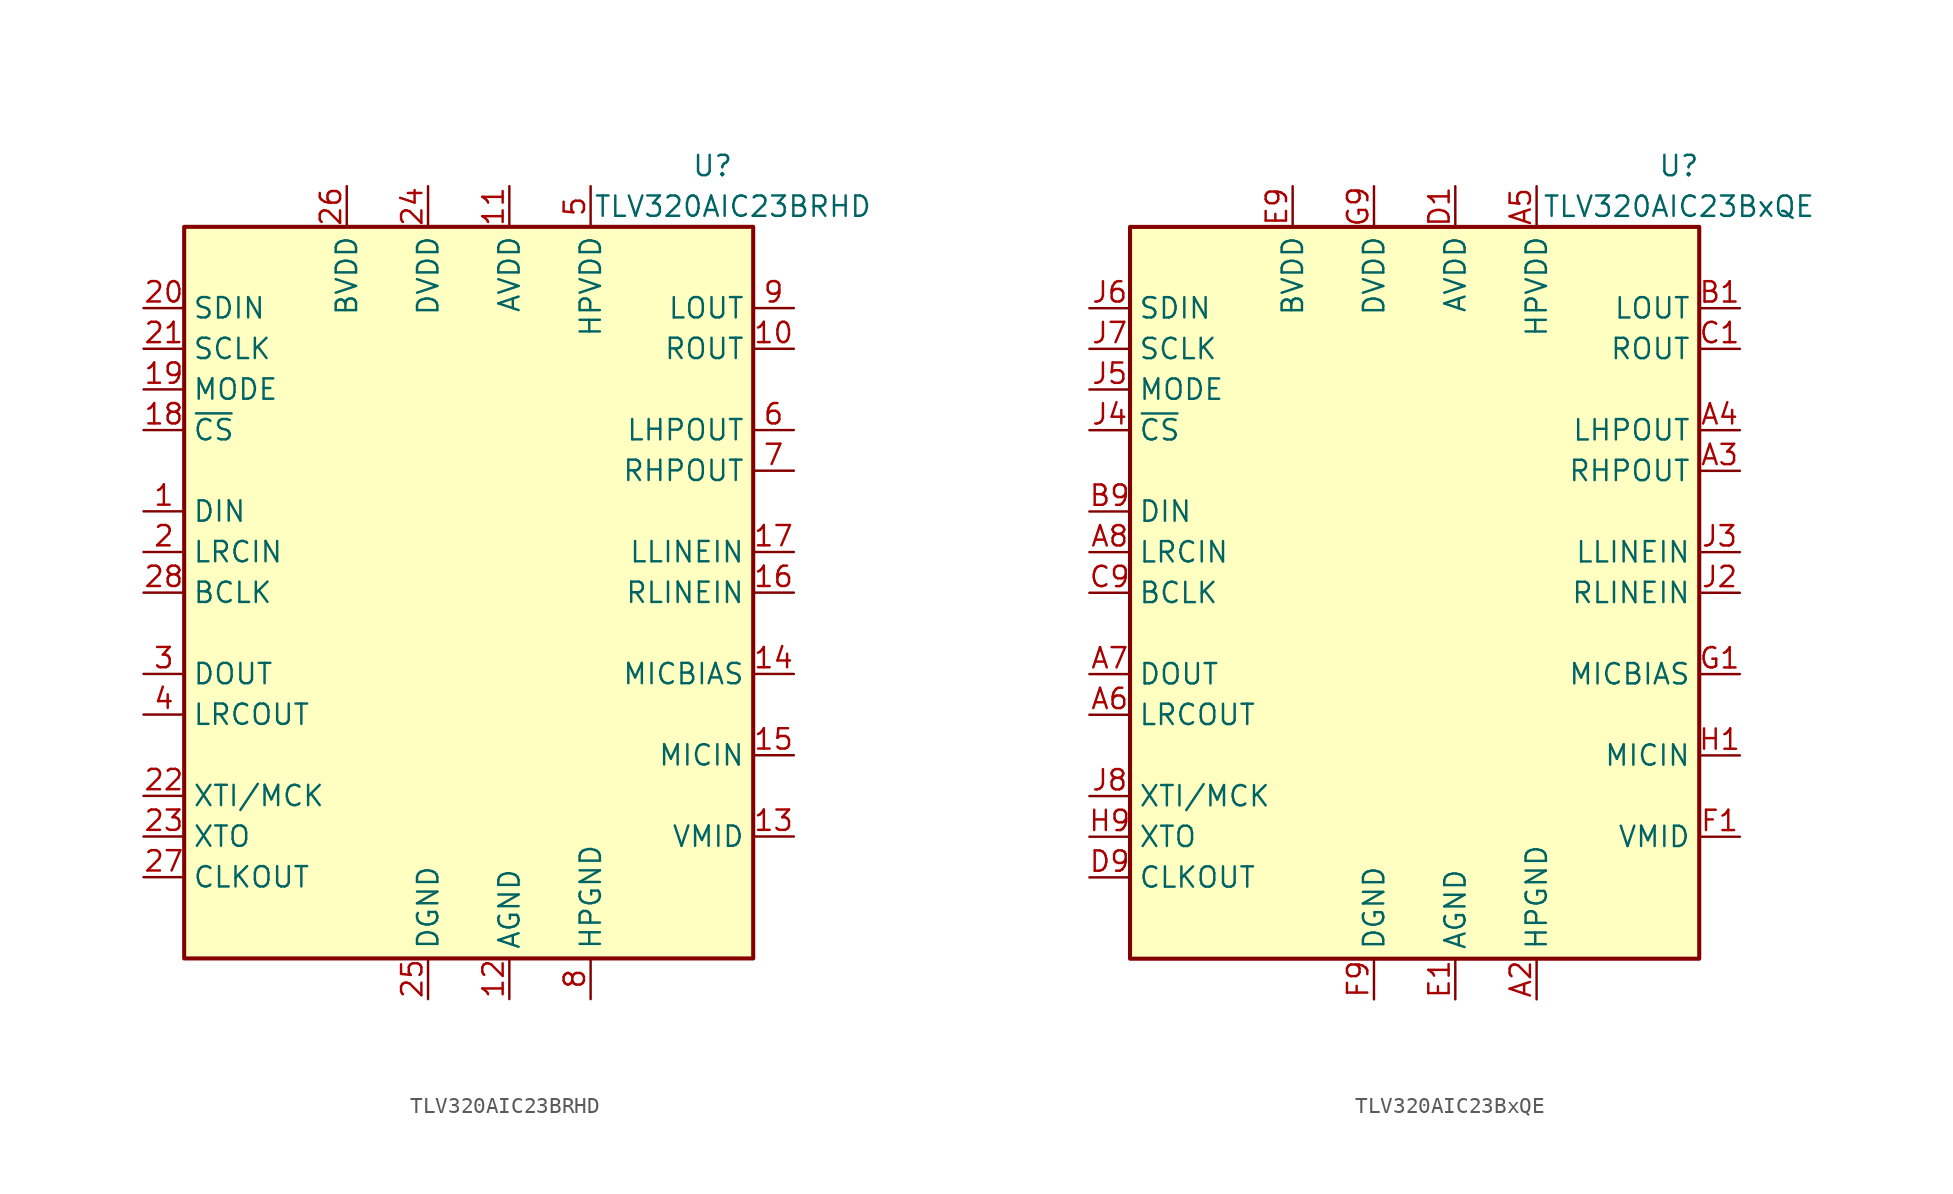
<source format=kicad_sym>
(kicad_symbol_lib
  (version 20241209)
  (generator "kicad_symbol_editor")
  (generator_version "9.0")
  (symbol "TLV320AIC23BRHD"
    (property "Reference" "U"
      (at 15.24 26.67 0)
      (effects (font (size 1.27 1.27))))
    (property "Value" "TLV320AIC23BRHD"
      (at 16.51 24.13 0)
      (effects (font (size 1.27 1.27))))
    (symbol "TLV320AIC23BRHD_0_1"
      (rectangle (start -17.78 22.86) (end 17.78 -22.86) (stroke (width 0.254) (type default)) (fill (type background))))
    (symbol "TLV320AIC23BRHD_1_1"
      (pin input line (at -20.32 17.78 0) (length 2.54) (name "SDIN" (effects (font (size 1.27 1.27)))) (number "20" (effects (font (size 1.27 1.27)))))
      (pin input line (at -20.32 15.24 0) (length 2.54) (name "SCLK" (effects (font (size 1.27 1.27)))) (number "21" (effects (font (size 1.27 1.27)))))
      (pin input line (at -20.32 12.7 0) (length 2.54) (name "MODE" (effects (font (size 1.27 1.27)))) (number "19" (effects (font (size 1.27 1.27)))))
      (pin input line (at -20.32 10.16 0) (length 2.54) (name "~{CS}" (effects (font (size 1.27 1.27)))) (number "18" (effects (font (size 1.27 1.27)))))
      (pin input line (at -20.32 5.08 0) (length 2.54) (name "DIN" (effects (font (size 1.27 1.27)))) (number "1" (effects (font (size 1.27 1.27)))))
      (pin input line (at -20.32 2.54 0) (length 2.54) (name "LRCIN" (effects (font (size 1.27 1.27)))) (number "2" (effects (font (size 1.27 1.27)))))
      (pin bidirectional line (at -20.32 0 0) (length 2.54) (name "BCLK" (effects (font (size 1.27 1.27)))) (number "28" (effects (font (size 1.27 1.27)))))
      (pin output line (at -20.32 -5.08 0) (length 2.54) (name "DOUT" (effects (font (size 1.27 1.27)))) (number "3" (effects (font (size 1.27 1.27)))))
      (pin output line (at -20.32 -7.62 0) (length 2.54) (name "LRCOUT" (effects (font (size 1.27 1.27)))) (number "4" (effects (font (size 1.27 1.27)))))
      (pin passive line (at -20.32 -12.7 0) (length 2.54) (name "XTI/MCK" (effects (font (size 1.27 1.27)))) (number "22" (effects (font (size 1.27 1.27)))))
      (pin passive line (at -20.32 -15.24 0) (length 2.54) (name "XTO" (effects (font (size 1.27 1.27)))) (number "23" (effects (font (size 1.27 1.27)))))
      (pin output line (at -20.32 -17.78 0) (length 2.54) (name "CLKOUT" (effects (font (size 1.27 1.27)))) (number "27" (effects (font (size 1.27 1.27)))))
      (pin power_in line (at -7.62 25.4 270) (length 2.54) (name "BVDD" (effects (font (size 1.27 1.27)))) (number "26" (effects (font (size 1.27 1.27)))))
      (pin power_in line (at -2.54 25.4 270) (length 2.54) (name "DVDD" (effects (font (size 1.27 1.27)))) (number "24" (effects (font (size 1.27 1.27)))))
      (pin power_in line (at -2.54 -25.4 90) (length 2.54) (name "DGND" (effects (font (size 1.27 1.27)))) (number "25" (effects (font (size 1.27 1.27)))))
      (pin power_in line (at 2.54 25.4 270) (length 2.54) (name "AVDD" (effects (font (size 1.27 1.27)))) (number "11" (effects (font (size 1.27 1.27)))))
      (pin power_in line (at 2.54 -25.4 90) (length 2.54) (name "AGND" (effects (font (size 1.27 1.27)))) (number "12" (effects (font (size 1.27 1.27)))))
      (pin passive line (at 2.54 -25.4 90) (length 2.54) (hide yes) (name "AGND" (effects (font (size 1.27 1.27)))) (number "29" (effects (font (size 1.27 1.27)))))
      (pin power_in line (at 7.62 25.4 270) (length 2.54) (name "HPVDD" (effects (font (size 1.27 1.27)))) (number "5" (effects (font (size 1.27 1.27)))))
      (pin power_in line (at 7.62 -25.4 90) (length 2.54) (name "HPGND" (effects (font (size 1.27 1.27)))) (number "8" (effects (font (size 1.27 1.27)))))
      (pin passive line (at 20.32 17.78 180) (length 2.54) (name "LOUT" (effects (font (size 1.27 1.27)))) (number "9" (effects (font (size 1.27 1.27)))))
      (pin passive line (at 20.32 15.24 180) (length 2.54) (name "ROUT" (effects (font (size 1.27 1.27)))) (number "10" (effects (font (size 1.27 1.27)))))
      (pin passive line (at 20.32 10.16 180) (length 2.54) (name "LHPOUT" (effects (font (size 1.27 1.27)))) (number "6" (effects (font (size 1.27 1.27)))))
      (pin passive line (at 20.32 7.62 180) (length 2.54) (name "RHPOUT" (effects (font (size 1.27 1.27)))) (number "7" (effects (font (size 1.27 1.27)))))
      (pin passive line (at 20.32 2.54 180) (length 2.54) (name "LLINEIN" (effects (font (size 1.27 1.27)))) (number "17" (effects (font (size 1.27 1.27)))))
      (pin passive line (at 20.32 0 180) (length 2.54) (name "RLINEIN" (effects (font (size 1.27 1.27)))) (number "16" (effects (font (size 1.27 1.27)))))
      (pin passive line (at 20.32 -5.08 180) (length 2.54) (name "MICBIAS" (effects (font (size 1.27 1.27)))) (number "14" (effects (font (size 1.27 1.27)))))
      (pin passive line (at 20.32 -10.16 180) (length 2.54) (name "MICIN" (effects (font (size 1.27 1.27)))) (number "15" (effects (font (size 1.27 1.27)))))
      (pin passive line (at 20.32 -15.24 180) (length 2.54) (name "VMID" (effects (font (size 1.27 1.27)))) (number "13" (effects (font (size 1.27 1.27)))))))
  (symbol "TLV320AIC23BxQE"
    (property "Reference" "U"
      (at 16.51 26.67 0)
      (effects (font (size 1.27 1.27))))
    (property "Value" "TLV320AIC23BxQE"
      (at 16.51 24.13 0)
      (effects (font (size 1.27 1.27))))
    (symbol "TLV320AIC23BxQE_0_1"
      (rectangle (start -17.78 22.86) (end 17.78 -22.86) (stroke (width 0.254) (type default)) (fill (type background))))
    (symbol "TLV320AIC23BxQE_1_1"
      (pin input line (at -20.32 17.78 0) (length 2.54) (name "SDIN" (effects (font (size 1.27 1.27)))) (number "J6" (effects (font (size 1.27 1.27)))))
      (pin input line (at -20.32 15.24 0) (length 2.54) (name "SCLK" (effects (font (size 1.27 1.27)))) (number "J7" (effects (font (size 1.27 1.27)))))
      (pin input line (at -20.32 12.7 0) (length 2.54) (name "MODE" (effects (font (size 1.27 1.27)))) (number "J5" (effects (font (size 1.27 1.27)))))
      (pin input line (at -20.32 10.16 0) (length 2.54) (name "~{CS}" (effects (font (size 1.27 1.27)))) (number "J4" (effects (font (size 1.27 1.27)))))
      (pin input line (at -20.32 5.08 0) (length 2.54) (name "DIN" (effects (font (size 1.27 1.27)))) (number "B9" (effects (font (size 1.27 1.27)))))
      (pin input line (at -20.32 2.54 0) (length 2.54) (name "LRCIN" (effects (font (size 1.27 1.27)))) (number "A8" (effects (font (size 1.27 1.27)))))
      (pin bidirectional line (at -20.32 0 0) (length 2.54) (name "BCLK" (effects (font (size 1.27 1.27)))) (number "C9" (effects (font (size 1.27 1.27)))))
      (pin output line (at -20.32 -5.08 0) (length 2.54) (name "DOUT" (effects (font (size 1.27 1.27)))) (number "A7" (effects (font (size 1.27 1.27)))))
      (pin output line (at -20.32 -7.62 0) (length 2.54) (name "LRCOUT" (effects (font (size 1.27 1.27)))) (number "A6" (effects (font (size 1.27 1.27)))))
      (pin passive line (at -20.32 -12.7 0) (length 2.54) (name "XTI/MCK" (effects (font (size 1.27 1.27)))) (number "J8" (effects (font (size 1.27 1.27)))))
      (pin passive line (at -20.32 -15.24 0) (length 2.54) (name "XTO" (effects (font (size 1.27 1.27)))) (number "H9" (effects (font (size 1.27 1.27)))))
      (pin output line (at -20.32 -17.78 0) (length 2.54) (name "CLKOUT" (effects (font (size 1.27 1.27)))) (number "D9" (effects (font (size 1.27 1.27)))))
      (pin no_connect line (at -12.7 -22.86 90) (length 2.54) (hide yes) (name "NC" (effects (font (size 1.27 1.27)))) (number "A1" (effects (font (size 1.27 1.27)))))
      (pin no_connect line (at -10.16 -22.86 90) (length 2.54) (hide yes) (name "NC" (effects (font (size 1.27 1.27)))) (number "J1" (effects (font (size 1.27 1.27)))))
      (pin power_in line (at -7.62 25.4 270) (length 2.54) (name "BVDD" (effects (font (size 1.27 1.27)))) (number "E9" (effects (font (size 1.27 1.27)))))
      (pin no_connect line (at -7.62 12.7 90) (length 2.54) (hide yes) (name "NC" (effects (font (size 1.27 1.27)))) (number "H2" (effects (font (size 1.27 1.27)))))
      (pin no_connect line (at -7.62 7.62 90) (length 2.54) (hide yes) (name "NC" (effects (font (size 1.27 1.27)))) (number "G2" (effects (font (size 1.27 1.27)))))
      (pin no_connect line (at -7.62 2.54 90) (length 2.54) (hide yes) (name "NC" (effects (font (size 1.27 1.27)))) (number "F2" (effects (font (size 1.27 1.27)))))
      (pin no_connect line (at -7.62 -2.54 90) (length 2.54) (hide yes) (name "NC" (effects (font (size 1.27 1.27)))) (number "E2" (effects (font (size 1.27 1.27)))))
      (pin no_connect line (at -7.62 -7.62 90) (length 2.54) (hide yes) (name "NC" (effects (font (size 1.27 1.27)))) (number "D2" (effects (font (size 1.27 1.27)))))
      (pin no_connect line (at -7.62 -12.7 90) (length 2.54) (hide yes) (name "NC" (effects (font (size 1.27 1.27)))) (number "C2" (effects (font (size 1.27 1.27)))))
      (pin no_connect line (at -7.62 -17.78 90) (length 2.54) (hide yes) (name "NC" (effects (font (size 1.27 1.27)))) (number "B2" (effects (font (size 1.27 1.27)))))
      (pin no_connect line (at -7.62 -22.86 90) (length 2.54) (hide yes) (name "NC" (effects (font (size 1.27 1.27)))) (number "J9" (effects (font (size 1.27 1.27)))))
      (pin no_connect line (at -5.08 12.7 90) (length 2.54) (hide yes) (name "NC" (effects (font (size 1.27 1.27)))) (number "H3" (effects (font (size 1.27 1.27)))))
      (pin no_connect line (at -5.08 7.62 90) (length 2.54) (hide yes) (name "NC" (effects (font (size 1.27 1.27)))) (number "G3" (effects (font (size 1.27 1.27)))))
      (pin no_connect line (at -5.08 2.54 90) (length 2.54) (hide yes) (name "NC" (effects (font (size 1.27 1.27)))) (number "F3" (effects (font (size 1.27 1.27)))))
      (pin no_connect line (at -5.08 -2.54 90) (length 2.54) (hide yes) (name "NC" (effects (font (size 1.27 1.27)))) (number "E3" (effects (font (size 1.27 1.27)))))
      (pin no_connect line (at -5.08 -7.62 90) (length 2.54) (hide yes) (name "NC" (effects (font (size 1.27 1.27)))) (number "D3" (effects (font (size 1.27 1.27)))))
      (pin no_connect line (at -5.08 -17.78 90) (length 2.54) (hide yes) (name "NC" (effects (font (size 1.27 1.27)))) (number "B3" (effects (font (size 1.27 1.27)))))
      (pin no_connect line (at -5.08 -22.86 90) (length 2.54) (hide yes) (name "NC" (effects (font (size 1.27 1.27)))) (number "A9" (effects (font (size 1.27 1.27)))))
      (pin power_in line (at -2.54 25.4 270) (length 2.54) (name "DVDD" (effects (font (size 1.27 1.27)))) (number "G9" (effects (font (size 1.27 1.27)))))
      (pin no_connect line (at -2.54 12.7 90) (length 2.54) (hide yes) (name "NC" (effects (font (size 1.27 1.27)))) (number "H4" (effects (font (size 1.27 1.27)))))
      (pin no_connect line (at -2.54 7.62 90) (length 2.54) (hide yes) (name "NC" (effects (font (size 1.27 1.27)))) (number "G4" (effects (font (size 1.27 1.27)))))
      (pin no_connect line (at -2.54 2.54 90) (length 2.54) (hide yes) (name "NC" (effects (font (size 1.27 1.27)))) (number "F4" (effects (font (size 1.27 1.27)))))
      (pin no_connect line (at -2.54 -2.54 90) (length 2.54) (hide yes) (name "NC" (effects (font (size 1.27 1.27)))) (number "E4" (effects (font (size 1.27 1.27)))))
      (pin no_connect line (at -2.54 -7.62 90) (length 2.54) (hide yes) (name "NC" (effects (font (size 1.27 1.27)))) (number "D4" (effects (font (size 1.27 1.27)))))
      (pin no_connect line (at -2.54 -12.7 90) (length 2.54) (hide yes) (name "NC" (effects (font (size 1.27 1.27)))) (number "C4" (effects (font (size 1.27 1.27)))))
      (pin no_connect line (at -2.54 -17.78 90) (length 2.54) (hide yes) (name "NC" (effects (font (size 1.27 1.27)))) (number "B4" (effects (font (size 1.27 1.27)))))
      (pin power_in line (at -2.54 -25.4 90) (length 2.54) (name "DGND" (effects (font (size 1.27 1.27)))) (number "F9" (effects (font (size 1.27 1.27)))))
      (pin no_connect line (at 0 12.7 90) (length 2.54) (hide yes) (name "NC" (effects (font (size 1.27 1.27)))) (number "H5" (effects (font (size 1.27 1.27)))))
      (pin no_connect line (at 0 7.62 90) (length 2.54) (hide yes) (name "NC" (effects (font (size 1.27 1.27)))) (number "G5" (effects (font (size 1.27 1.27)))))
      (pin no_connect line (at 0 2.54 90) (length 2.54) (hide yes) (name "NC" (effects (font (size 1.27 1.27)))) (number "F5" (effects (font (size 1.27 1.27)))))
      (pin no_connect line (at 0 -2.54 90) (length 2.54) (hide yes) (name "NC" (effects (font (size 1.27 1.27)))) (number "E5" (effects (font (size 1.27 1.27)))))
      (pin no_connect line (at 0 -7.62 90) (length 2.54) (hide yes) (name "NC" (effects (font (size 1.27 1.27)))) (number "D5" (effects (font (size 1.27 1.27)))))
      (pin no_connect line (at 0 -12.7 90) (length 2.54) (hide yes) (name "NC" (effects (font (size 1.27 1.27)))) (number "C5" (effects (font (size 1.27 1.27)))))
      (pin no_connect line (at 0 -17.78 90) (length 2.54) (hide yes) (name "NC" (effects (font (size 1.27 1.27)))) (number "B5" (effects (font (size 1.27 1.27)))))
      (pin power_in line (at 2.54 25.4 270) (length 2.54) (name "AVDD" (effects (font (size 1.27 1.27)))) (number "D1" (effects (font (size 1.27 1.27)))))
      (pin no_connect line (at 2.54 12.7 90) (length 2.54) (hide yes) (name "NC" (effects (font (size 1.27 1.27)))) (number "H6" (effects (font (size 1.27 1.27)))))
      (pin no_connect line (at 2.54 7.62 90) (length 2.54) (hide yes) (name "NC" (effects (font (size 1.27 1.27)))) (number "G6" (effects (font (size 1.27 1.27)))))
      (pin no_connect line (at 2.54 2.54 90) (length 2.54) (hide yes) (name "NC" (effects (font (size 1.27 1.27)))) (number "F6" (effects (font (size 1.27 1.27)))))
      (pin no_connect line (at 2.54 -2.54 90) (length 2.54) (hide yes) (name "NC" (effects (font (size 1.27 1.27)))) (number "E6" (effects (font (size 1.27 1.27)))))
      (pin no_connect line (at 2.54 -7.62 90) (length 2.54) (hide yes) (name "NC" (effects (font (size 1.27 1.27)))) (number "D6" (effects (font (size 1.27 1.27)))))
      (pin no_connect line (at 2.54 -12.7 90) (length 2.54) (hide yes) (name "NC" (effects (font (size 1.27 1.27)))) (number "C6" (effects (font (size 1.27 1.27)))))
      (pin no_connect line (at 2.54 -17.78 90) (length 2.54) (hide yes) (name "NC" (effects (font (size 1.27 1.27)))) (number "B6" (effects (font (size 1.27 1.27)))))
      (pin power_in line (at 2.54 -25.4 90) (length 2.54) (name "AGND" (effects (font (size 1.27 1.27)))) (number "E1" (effects (font (size 1.27 1.27)))))
      (pin no_connect line (at 5.08 12.7 90) (length 2.54) (hide yes) (name "NC" (effects (font (size 1.27 1.27)))) (number "H7" (effects (font (size 1.27 1.27)))))
      (pin no_connect line (at 5.08 7.62 90) (length 2.54) (hide yes) (name "NC" (effects (font (size 1.27 1.27)))) (number "G7" (effects (font (size 1.27 1.27)))))
      (pin no_connect line (at 5.08 2.54 90) (length 2.54) (hide yes) (name "NC" (effects (font (size 1.27 1.27)))) (number "F7" (effects (font (size 1.27 1.27)))))
      (pin no_connect line (at 5.08 -2.54 90) (length 2.54) (hide yes) (name "NC" (effects (font (size 1.27 1.27)))) (number "E7" (effects (font (size 1.27 1.27)))))
      (pin no_connect line (at 5.08 -7.62 90) (length 2.54) (hide yes) (name "NC" (effects (font (size 1.27 1.27)))) (number "D7" (effects (font (size 1.27 1.27)))))
      (pin no_connect line (at 5.08 -12.7 90) (length 2.54) (hide yes) (name "NC" (effects (font (size 1.27 1.27)))) (number "C7" (effects (font (size 1.27 1.27)))))
      (pin no_connect line (at 5.08 -17.78 90) (length 2.54) (hide yes) (name "NC" (effects (font (size 1.27 1.27)))) (number "B7" (effects (font (size 1.27 1.27)))))
      (pin power_in line (at 7.62 25.4 270) (length 2.54) (name "HPVDD" (effects (font (size 1.27 1.27)))) (number "A5" (effects (font (size 1.27 1.27)))))
      (pin no_connect line (at 7.62 12.7 90) (length 2.54) (hide yes) (name "NC" (effects (font (size 1.27 1.27)))) (number "H8" (effects (font (size 1.27 1.27)))))
      (pin no_connect line (at 7.62 7.62 90) (length 2.54) (hide yes) (name "NC" (effects (font (size 1.27 1.27)))) (number "G8" (effects (font (size 1.27 1.27)))))
      (pin no_connect line (at 7.62 2.54 90) (length 2.54) (hide yes) (name "NC" (effects (font (size 1.27 1.27)))) (number "F8" (effects (font (size 1.27 1.27)))))
      (pin no_connect line (at 7.62 -2.54 90) (length 2.54) (hide yes) (name "NC" (effects (font (size 1.27 1.27)))) (number "E8" (effects (font (size 1.27 1.27)))))
      (pin no_connect line (at 7.62 -7.62 90) (length 2.54) (hide yes) (name "NC" (effects (font (size 1.27 1.27)))) (number "D8" (effects (font (size 1.27 1.27)))))
      (pin no_connect line (at 7.62 -12.7 90) (length 2.54) (hide yes) (name "NC" (effects (font (size 1.27 1.27)))) (number "C8" (effects (font (size 1.27 1.27)))))
      (pin no_connect line (at 7.62 -17.78 90) (length 2.54) (hide yes) (name "NC" (effects (font (size 1.27 1.27)))) (number "B8" (effects (font (size 1.27 1.27)))))
      (pin power_in line (at 7.62 -25.4 90) (length 2.54) (name "HPGND" (effects (font (size 1.27 1.27)))) (number "A2" (effects (font (size 1.27 1.27)))))
      (pin passive line (at 20.32 17.78 180) (length 2.54) (name "LOUT" (effects (font (size 1.27 1.27)))) (number "B1" (effects (font (size 1.27 1.27)))))
      (pin passive line (at 20.32 15.24 180) (length 2.54) (name "ROUT" (effects (font (size 1.27 1.27)))) (number "C1" (effects (font (size 1.27 1.27)))))
      (pin passive line (at 20.32 10.16 180) (length 2.54) (name "LHPOUT" (effects (font (size 1.27 1.27)))) (number "A4" (effects (font (size 1.27 1.27)))))
      (pin passive line (at 20.32 7.62 180) (length 2.54) (name "RHPOUT" (effects (font (size 1.27 1.27)))) (number "A3" (effects (font (size 1.27 1.27)))))
      (pin passive line (at 20.32 2.54 180) (length 2.54) (name "LLINEIN" (effects (font (size 1.27 1.27)))) (number "J3" (effects (font (size 1.27 1.27)))))
      (pin passive line (at 20.32 0 180) (length 2.54) (name "RLINEIN" (effects (font (size 1.27 1.27)))) (number "J2" (effects (font (size 1.27 1.27)))))
      (pin passive line (at 20.32 -5.08 180) (length 2.54) (name "MICBIAS" (effects (font (size 1.27 1.27)))) (number "G1" (effects (font (size 1.27 1.27)))))
      (pin passive line (at 20.32 -10.16 180) (length 2.54) (name "MICIN" (effects (font (size 1.27 1.27)))) (number "H1" (effects (font (size 1.27 1.27)))))
      (pin passive line (at 20.32 -15.24 180) (length 2.54) (name "VMID" (effects (font (size 1.27 1.27)))) (number "F1" (effects (font (size 1.27 1.27))))))))
</source>
